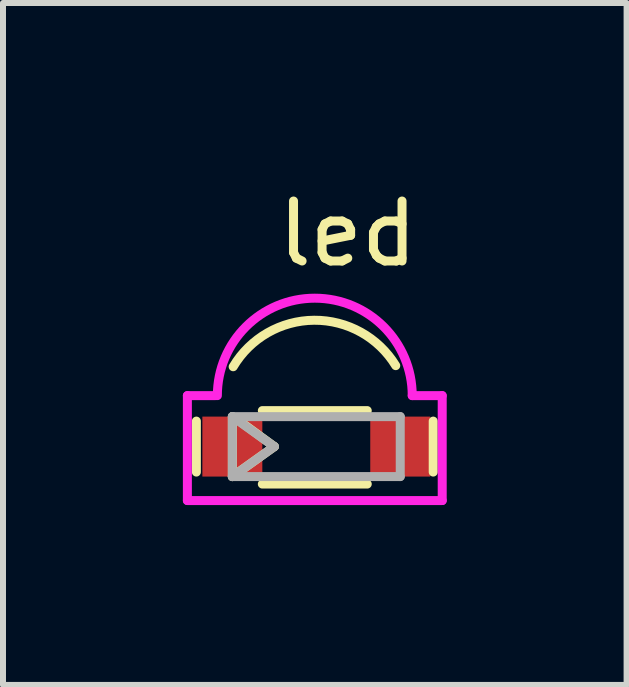
<source format=kicad_pcb>
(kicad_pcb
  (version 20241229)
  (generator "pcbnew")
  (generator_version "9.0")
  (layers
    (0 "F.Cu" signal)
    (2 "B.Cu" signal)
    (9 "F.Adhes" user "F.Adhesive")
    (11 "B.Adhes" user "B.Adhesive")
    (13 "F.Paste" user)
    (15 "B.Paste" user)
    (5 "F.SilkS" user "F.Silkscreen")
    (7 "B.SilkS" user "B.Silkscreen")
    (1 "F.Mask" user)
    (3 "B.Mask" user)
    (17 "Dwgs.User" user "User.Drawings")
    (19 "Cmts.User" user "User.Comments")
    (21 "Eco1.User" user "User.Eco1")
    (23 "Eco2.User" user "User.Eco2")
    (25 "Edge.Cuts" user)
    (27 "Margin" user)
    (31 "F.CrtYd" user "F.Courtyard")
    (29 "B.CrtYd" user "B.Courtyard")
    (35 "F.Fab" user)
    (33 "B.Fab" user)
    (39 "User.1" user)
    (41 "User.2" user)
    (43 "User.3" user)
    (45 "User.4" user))
  (footprint "led"
    (layer "F.Cu")
    (at 2.625 4.398)
    (property "Reference" "led" (at 0.125 -3.55 0) (layer "F.SilkS") (effects (font (size 1 1) (thickness 0.15))))
    (attr smd)
    (fp_line (start -2.4 -0.425) (end -2.4 0.425) (stroke (width 0.15) (type solid)) (layer "F.SilkS"))
    (fp_line (start -1.8 0.5) (end -1.8 -0.5) (stroke (width 0.15) (type solid)) (layer "F.SilkS"))
    (fp_line (start -1.75 -0.475) (end -1.1 0) (stroke (width 0.15) (type solid)) (layer "F.SilkS"))
    (fp_line (start -1.3 -0.6) (end 0.45 -0.6) (stroke (width 0.15) (type solid)) (layer "F.SilkS"))
    (fp_line (start -1.3 0.625) (end 0.45 0.625) (stroke (width 0.15) (type solid)) (layer "F.SilkS"))
    (fp_line (start -1.1 0) (end -1.8 0.5) (stroke (width 0.15) (type solid)) (layer "F.SilkS"))
    (fp_line (start 1.55 -0.425) (end 1.55 0.425) (stroke (width 0.15) (type solid)) (layer "F.SilkS"))
    (fp_arc (start -1.786089 -1.331572) (mid -0.435753 -2.107089) (end 0.924999 -1.349999) (stroke (width 0.15) (type solid)) (layer "F.SilkS"))
    (fp_line (start -2.55 -0.85) (end -2.55 0.9) (stroke (width 0.15) (type solid)) (layer "F.CrtYd"))
    (fp_line (start -2.55 -0.85) (end -2.075 -0.85) (stroke (width 0.15) (type solid)) (layer "F.CrtYd"))
    (fp_line (start -2.55 0.9) (end 1.7 0.9) (stroke (width 0.15) (type solid)) (layer "F.CrtYd"))
    (fp_line (start 1.2 -0.85) (end 1.7 -0.85) (stroke (width 0.15) (type solid)) (layer "F.CrtYd"))
    (fp_line (start 1.7 0.9) (end 1.7 -0.85) (stroke (width 0.15) (type solid)) (layer "F.CrtYd"))
    (fp_arc (start -2.05 -0.85) (mid -0.425 -2.475) (end 1.2 -0.85) (stroke (width 0.15) (type solid)) (layer "F.CrtYd"))
    (fp_line (start -1.8 -0.5) (end -1.1 0) (stroke (width 0.15) (type solid)) (layer "F.Fab"))
    (fp_line (start -1.8 -0.5) (end 1 -0.5) (stroke (width 0.15) (type solid)) (layer "F.Fab"))
    (fp_line (start -1.8 0.5) (end -1.8 -0.5) (stroke (width 0.15) (type solid)) (layer "F.Fab"))
    (fp_line (start -1.1 0) (end -1.8 0.5) (stroke (width 0.15) (type solid)) (layer "F.Fab"))
    (fp_line (start 1 -0.5) (end 1 0.5) (stroke (width 0.15) (type solid)) (layer "F.Fab"))
    (fp_line (start 1 0.5) (end -1.8 0.5) (stroke (width 0.15) (type solid)) (layer "F.Fab"))
    (pad "1" smd rect (at -1.8 0) (size 1 1) (layers "F.Cu" "F.Mask" "F.Paste"))
    (pad "2" smd rect (at 1 0) (size 1 1) (layers "F.Cu" "F.Mask" "F.Paste")))
  (gr_rect
    (start -3 -3)
    (end 7.4 8.373)
    (stroke (width 0.1) (type default))
    (fill no)
    (layer "Edge.Cuts")))
</source>
